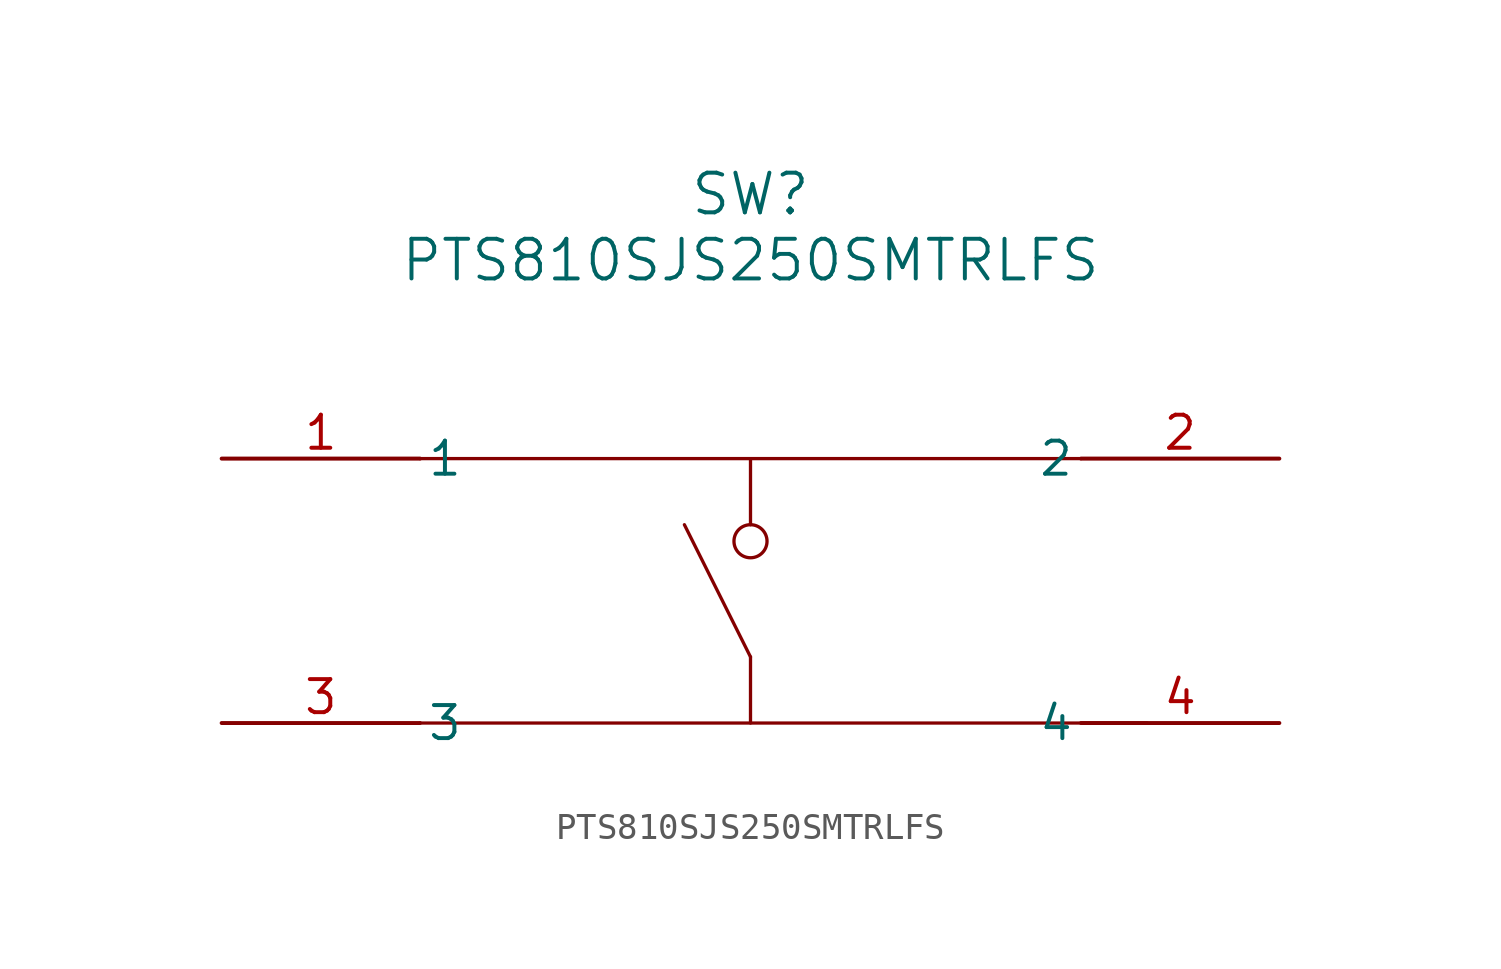
<source format=kicad_sym>
(kicad_symbol_lib
  (version 20211014)
  (generator kicad_symbol_editor)
  (symbol "PTS810SJS250SMTRLFS"
    (pin_names
      (offset 0.254))
    (property "Reference" "SW"
      (at 20.32 10.16 0)
      (effects (font (size 1.524 1.524))))
    (property "Value" "PTS810SJS250SMTRLFS"
      (at 20.32 7.62 0)
      (effects (font (size 1.524 1.524))))
    (polyline
      (pts (xy 7.62 0) (xy 33.02 0))
      (stroke (width 0.127) (type default) (color 0 0 0 0))
      (fill (type none)))
    (polyline
      (pts (xy 7.62 -10.16) (xy 35.56 -10.16))
      (stroke (width 0.127) (type default) (color 0 0 0 0))
      (fill (type none)))
    (polyline
      (pts (xy 20.32 -10.16) (xy 20.32 -7.62))
      (stroke (width 0.127) (type default) (color 0 0 0 0))
      (fill (type none)))
    (polyline
      (pts (xy 20.32 -7.62) (xy 17.78 -2.54))
      (stroke (width 0.127) (type default) (color 0 0 0 0))
      (fill (type none)))
    (polyline
      (pts (xy 20.32 0) (xy 20.32 -2.54))
      (stroke (width 0.127) (type default) (color 0 0 0 0))
      (fill (type none)))
    (circle
      (center 20.32 -3.175)
      (radius 0.635)
      (stroke (width 0.127) (type default) (color 0 0 0 0))
      (fill (type none)))
    (pin unspecified line
      (at 0 0 0)
      (length 7.62)
      (name "1" (effects (font (size 1.27 1.27))))
      (number "1" (effects (font (size 1.27 1.27)))))
    (pin unspecified line
      (at 40.64 0 180)
      (length 7.62)
      (name "2" (effects (font (size 1.27 1.27))))
      (number "2" (effects (font (size 1.27 1.27)))))
    (pin unspecified line
      (at 0 -10.16 0)
      (length 7.62)
      (name "3" (effects (font (size 1.27 1.27))))
      (number "3" (effects (font (size 1.27 1.27)))))
    (pin unspecified line
      (at 40.64 -10.16 180)
      (length 7.62)
      (name "4" (effects (font (size 1.27 1.27))))
      (number "4" (effects (font (size 1.27 1.27)))))))
</source>
